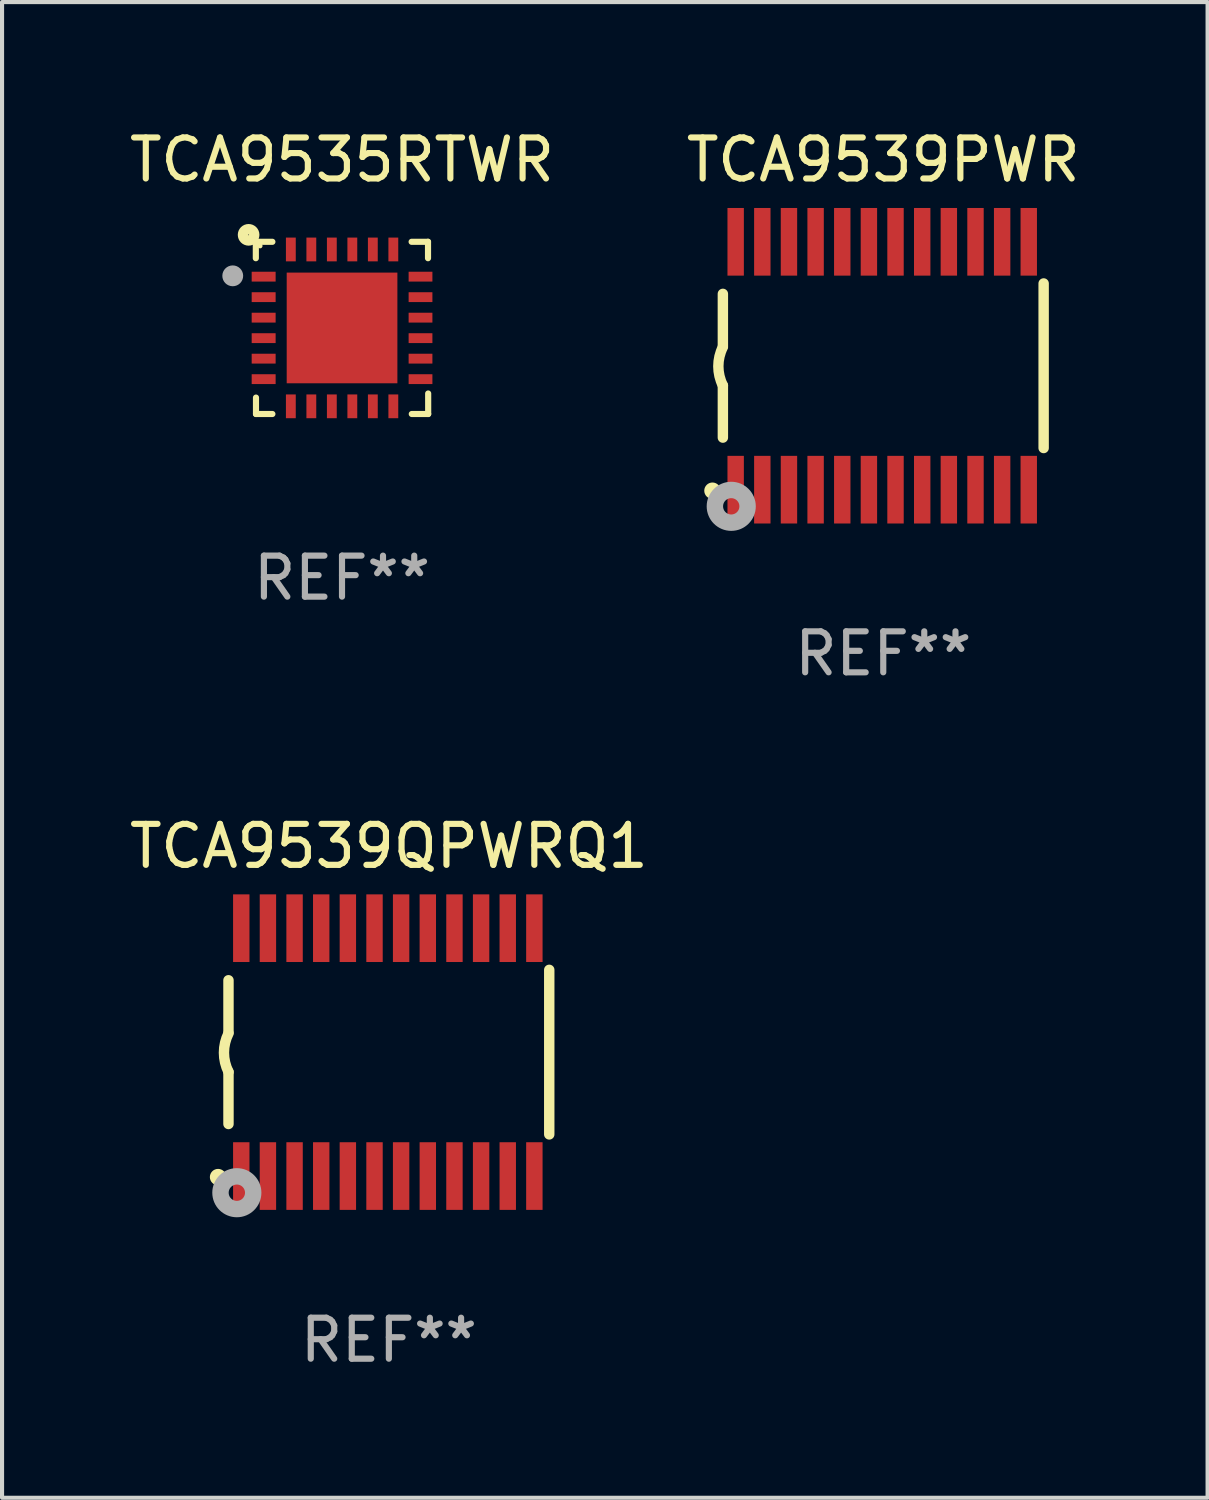
<source format=kicad_pcb>
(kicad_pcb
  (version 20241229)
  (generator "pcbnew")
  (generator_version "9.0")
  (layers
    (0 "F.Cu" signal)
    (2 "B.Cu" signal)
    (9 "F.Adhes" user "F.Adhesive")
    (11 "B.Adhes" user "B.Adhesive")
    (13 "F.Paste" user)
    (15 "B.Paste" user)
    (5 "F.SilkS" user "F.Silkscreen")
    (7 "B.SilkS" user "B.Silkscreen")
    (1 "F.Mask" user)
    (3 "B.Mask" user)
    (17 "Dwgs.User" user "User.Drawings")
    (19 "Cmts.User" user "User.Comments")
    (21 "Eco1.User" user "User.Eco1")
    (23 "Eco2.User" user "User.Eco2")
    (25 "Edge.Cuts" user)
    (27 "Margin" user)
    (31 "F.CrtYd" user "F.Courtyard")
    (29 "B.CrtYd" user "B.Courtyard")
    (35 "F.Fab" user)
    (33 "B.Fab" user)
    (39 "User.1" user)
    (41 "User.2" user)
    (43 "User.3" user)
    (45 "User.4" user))
  (footprint "TCA9539QPWRQ1"
    (layer "F.Cu")
    (at 6.435 22.613)
    (property "Reference" "TCA9539QPWRQ1" (at 0 -5.023 0) (layer "F.SilkS") (effects (font (size 1 1) (thickness 0.15))))
    (attr through_hole)
    (fp_line (start -3.912 -0.483) (end -3.912 -1.753) (stroke (width 0.254) (type solid)) (layer "F.SilkS"))
    (fp_line (start -3.912 1.753) (end -3.912 0.483) (stroke (width 0.254) (type solid)) (layer "F.SilkS"))
    (fp_line (start 3.912 -2.007) (end 3.912 2.007) (stroke (width 0.254) (type solid)) (layer "F.SilkS"))
    (fp_arc (start -3.911608 0.482601) (mid -4.022537 0.0127) (end -3.911608 -0.457201) (stroke (width 0.254001) (type solid)) (layer "F.SilkS"))
    (fp_circle (center -4.166 3.048) (end -4.066 3.048) (stroke (width 0.2) (type solid)) (fill no) (layer "F.SilkS"))
    (fp_circle (center -3.925 3.186) (end -3.895 3.186) (stroke (width 0.06) (type solid)) (fill no) (layer "F.SilkS"))
    (fp_circle (center -3.708 3.429) (end -3.509 3.429) (stroke (width 0.4) (type solid)) (fill no) (layer "F.Fab"))
    (fp_text user "REF**" (at 0 7.023 0) (layer "F.Fab") (effects (font (size 1 1) (thickness 0.15))))
    (pad "1" smd rect (at -3.6 3.023) (size 0.4 1.65) (layers "F.Cu" "F.Mask" "F.Paste"))
    (pad "2" smd rect (at -2.95 3.023) (size 0.4 1.65) (layers "F.Cu" "F.Mask" "F.Paste"))
    (pad "3" smd rect (at -2.3 3.023) (size 0.4 1.65) (layers "F.Cu" "F.Mask" "F.Paste"))
    (pad "4" smd rect (at -1.65 3.023) (size 0.4 1.65) (layers "F.Cu" "F.Mask" "F.Paste"))
    (pad "5" smd rect (at -1 3.023) (size 0.4 1.65) (layers "F.Cu" "F.Mask" "F.Paste"))
    (pad "6" smd rect (at -0.35 3.023) (size 0.4 1.65) (layers "F.Cu" "F.Mask" "F.Paste"))
    (pad "7" smd rect (at 0.299 3.023) (size 0.4 1.65) (layers "F.Cu" "F.Mask" "F.Paste"))
    (pad "8" smd rect (at 0.95 3.023) (size 0.4 1.65) (layers "F.Cu" "F.Mask" "F.Paste"))
    (pad "9" smd rect (at 1.6 3.023) (size 0.4 1.65) (layers "F.Cu" "F.Mask" "F.Paste"))
    (pad "10" smd rect (at 2.25 3.023) (size 0.4 1.65) (layers "F.Cu" "F.Mask" "F.Paste"))
    (pad "11" smd rect (at 2.9 3.023) (size 0.4 1.65) (layers "F.Cu" "F.Mask" "F.Paste"))
    (pad "12" smd rect (at 3.549 3.023) (size 0.4 1.65) (layers "F.Cu" "F.Mask" "F.Paste"))
    (pad "13" smd rect (at 3.549 -3.023) (size 0.4 1.65) (layers "F.Cu" "F.Mask" "F.Paste"))
    (pad "14" smd rect (at 2.9 -3.023) (size 0.4 1.65) (layers "F.Cu" "F.Mask" "F.Paste"))
    (pad "15" smd rect (at 2.25 -3.023) (size 0.4 1.65) (layers "F.Cu" "F.Mask" "F.Paste"))
    (pad "16" smd rect (at 1.6 -3.023) (size 0.4 1.65) (layers "F.Cu" "F.Mask" "F.Paste"))
    (pad "17" smd rect (at 0.95 -3.023) (size 0.4 1.65) (layers "F.Cu" "F.Mask" "F.Paste"))
    (pad "18" smd rect (at 0.299 -3.023) (size 0.4 1.65) (layers "F.Cu" "F.Mask" "F.Paste"))
    (pad "19" smd rect (at -0.35 -3.023) (size 0.4 1.65) (layers "F.Cu" "F.Mask" "F.Paste"))
    (pad "20" smd rect (at -1 -3.023) (size 0.4 1.65) (layers "F.Cu" "F.Mask" "F.Paste"))
    (pad "21" smd rect (at -1.65 -3.023) (size 0.4 1.65) (layers "F.Cu" "F.Mask" "F.Paste"))
    (pad "22" smd rect (at -2.3 -3.023) (size 0.4 1.65) (layers "F.Cu" "F.Mask" "F.Paste"))
    (pad "23" smd rect (at -2.95 -3.023) (size 0.4 1.65) (layers "F.Cu" "F.Mask" "F.Paste"))
    (pad "24" smd rect (at -3.6 -3.023) (size 0.4 1.65) (layers "F.Cu" "F.Mask" "F.Paste")))
  (footprint "TCA9539PWR"
    (layer "F.Cu")
    (at 18.494 5.871)
    (property "Reference" "TCA9539PWR" (at 0 -5.023 0) (layer "F.SilkS") (effects (font (size 1 1) (thickness 0.15))))
    (attr through_hole)
    (fp_line (start -3.912 -0.483) (end -3.912 -1.753) (stroke (width 0.254) (type solid)) (layer "F.SilkS"))
    (fp_line (start -3.912 1.753) (end -3.912 0.483) (stroke (width 0.254) (type solid)) (layer "F.SilkS"))
    (fp_line (start 3.912 -2.007) (end 3.912 2.007) (stroke (width 0.254) (type solid)) (layer "F.SilkS"))
    (fp_arc (start -3.911608 0.482601) (mid -4.022537 0.0127) (end -3.911608 -0.457201) (stroke (width 0.254001) (type solid)) (layer "F.SilkS"))
    (fp_circle (center -4.166 3.048) (end -4.066 3.048) (stroke (width 0.2) (type solid)) (fill no) (layer "F.SilkS"))
    (fp_circle (center -3.925 3.186) (end -3.895 3.186) (stroke (width 0.06) (type solid)) (fill no) (layer "F.SilkS"))
    (fp_circle (center -3.708 3.429) (end -3.509 3.429) (stroke (width 0.4) (type solid)) (fill no) (layer "F.Fab"))
    (fp_text user "REF**" (at 0 7.023 0) (layer "F.Fab") (effects (font (size 1 1) (thickness 0.15))))
    (pad "1" smd rect (at -3.6 3.023) (size 0.4 1.65) (layers "F.Cu" "F.Mask" "F.Paste"))
    (pad "2" smd rect (at -2.95 3.023) (size 0.4 1.65) (layers "F.Cu" "F.Mask" "F.Paste"))
    (pad "3" smd rect (at -2.3 3.023) (size 0.4 1.65) (layers "F.Cu" "F.Mask" "F.Paste"))
    (pad "4" smd rect (at -1.65 3.023) (size 0.4 1.65) (layers "F.Cu" "F.Mask" "F.Paste"))
    (pad "5" smd rect (at -1 3.023) (size 0.4 1.65) (layers "F.Cu" "F.Mask" "F.Paste"))
    (pad "6" smd rect (at -0.35 3.023) (size 0.4 1.65) (layers "F.Cu" "F.Mask" "F.Paste"))
    (pad "7" smd rect (at 0.299 3.023) (size 0.4 1.65) (layers "F.Cu" "F.Mask" "F.Paste"))
    (pad "8" smd rect (at 0.95 3.023) (size 0.4 1.65) (layers "F.Cu" "F.Mask" "F.Paste"))
    (pad "9" smd rect (at 1.6 3.023) (size 0.4 1.65) (layers "F.Cu" "F.Mask" "F.Paste"))
    (pad "10" smd rect (at 2.25 3.023) (size 0.4 1.65) (layers "F.Cu" "F.Mask" "F.Paste"))
    (pad "11" smd rect (at 2.9 3.023) (size 0.4 1.65) (layers "F.Cu" "F.Mask" "F.Paste"))
    (pad "12" smd rect (at 3.549 3.023) (size 0.4 1.65) (layers "F.Cu" "F.Mask" "F.Paste"))
    (pad "13" smd rect (at 3.549 -3.023) (size 0.4 1.65) (layers "F.Cu" "F.Mask" "F.Paste"))
    (pad "14" smd rect (at 2.9 -3.023) (size 0.4 1.65) (layers "F.Cu" "F.Mask" "F.Paste"))
    (pad "15" smd rect (at 2.25 -3.023) (size 0.4 1.65) (layers "F.Cu" "F.Mask" "F.Paste"))
    (pad "16" smd rect (at 1.6 -3.023) (size 0.4 1.65) (layers "F.Cu" "F.Mask" "F.Paste"))
    (pad "17" smd rect (at 0.95 -3.023) (size 0.4 1.65) (layers "F.Cu" "F.Mask" "F.Paste"))
    (pad "18" smd rect (at 0.299 -3.023) (size 0.4 1.65) (layers "F.Cu" "F.Mask" "F.Paste"))
    (pad "19" smd rect (at -0.35 -3.023) (size 0.4 1.65) (layers "F.Cu" "F.Mask" "F.Paste"))
    (pad "20" smd rect (at -1 -3.023) (size 0.4 1.65) (layers "F.Cu" "F.Mask" "F.Paste"))
    (pad "21" smd rect (at -1.65 -3.023) (size 0.4 1.65) (layers "F.Cu" "F.Mask" "F.Paste"))
    (pad "22" smd rect (at -2.3 -3.023) (size 0.4 1.65) (layers "F.Cu" "F.Mask" "F.Paste"))
    (pad "23" smd rect (at -2.95 -3.023) (size 0.4 1.65) (layers "F.Cu" "F.Mask" "F.Paste"))
    (pad "24" smd rect (at -3.6 -3.023) (size 0.4 1.65) (layers "F.Cu" "F.Mask" "F.Paste")))
  (footprint "TCA9535RTWR"
    (layer "F.Cu")
    (at 5.292 4.948)
    (property "Reference" "TCA9535RTWR" (at 0 -4.1 0) (layer "F.SilkS") (effects (font (size 1 1) (thickness 0.15))))
    (attr through_hole)
    (fp_line (start -2.102 -2.1) (end -1.698 -2.1) (stroke (width 0.15) (type solid)) (layer "F.SilkS"))
    (fp_line (start -2.102 -1.7) (end -2.102 -2.1) (stroke (width 0.15) (type solid)) (layer "F.SilkS"))
    (fp_line (start -2.098 1.7) (end -2.098 2.1) (stroke (width 0.15) (type solid)) (layer "F.SilkS"))
    (fp_line (start -2.098 2.1) (end -1.698 2.1) (stroke (width 0.15) (type solid)) (layer "F.SilkS"))
    (fp_line (start 1.698 -2.1) (end 2.098 -2.1) (stroke (width 0.15) (type solid)) (layer "F.SilkS"))
    (fp_line (start 2.098 -2.1) (end 2.098 -1.7) (stroke (width 0.15) (type solid)) (layer "F.SilkS"))
    (fp_line (start 2.102 1.6) (end 2.102 2.1) (stroke (width 0.15) (type solid)) (layer "F.SilkS"))
    (fp_line (start 2.102 2.1) (end 1.702 2.1) (stroke (width 0.15) (type solid)) (layer "F.SilkS"))
    (fp_circle (center -2.278 -2.27) (end -2.268 -2.27) (stroke (width 0.254) (type solid)) (fill no) (layer "F.SilkS"))
    (fp_circle (center -1.998 -2) (end -1.968 -2) (stroke (width 0.06) (type solid)) (fill no) (layer "F.SilkS"))
    (fp_circle (center -2.665 -1.27) (end -2.538 -1.27) (stroke (width 0.254) (type solid)) (fill no) (layer "F.Fab"))
    (fp_text user "REF**" (at 0 6.1 0) (layer "F.Fab") (effects (font (size 1 1) (thickness 0.15))))
    (pad "1" smd rect (at -1.911 -1.25) (size 0.584 0.24) (layers "F.Cu" "F.Mask" "F.Paste"))
    (pad "2" smd rect (at -1.911 -0.75) (size 0.584 0.24) (layers "F.Cu" "F.Mask" "F.Paste"))
    (pad "3" smd rect (at -1.911 -0.25) (size 0.584 0.24) (layers "F.Cu" "F.Mask" "F.Paste"))
    (pad "4" smd rect (at -1.911 0.25) (size 0.584 0.24) (layers "F.Cu" "F.Mask" "F.Paste"))
    (pad "5" smd rect (at -1.911 0.75) (size 0.584 0.24) (layers "F.Cu" "F.Mask" "F.Paste"))
    (pad "6" smd rect (at -1.911 1.25) (size 0.584 0.24) (layers "F.Cu" "F.Mask" "F.Paste"))
    (pad "7" smd rect (at -1.248 1.913) (size 0.24 0.58) (layers "F.Cu" "F.Mask" "F.Paste"))
    (pad "8" smd rect (at -0.748 1.913) (size 0.24 0.58) (layers "F.Cu" "F.Mask" "F.Paste"))
    (pad "9" smd rect (at -0.248 1.913) (size 0.24 0.58) (layers "F.Cu" "F.Mask" "F.Paste"))
    (pad "10" smd rect (at 0.252 1.913) (size 0.24 0.58) (layers "F.Cu" "F.Mask" "F.Paste"))
    (pad "11" smd rect (at 0.752 1.913) (size 0.24 0.58) (layers "F.Cu" "F.Mask" "F.Paste"))
    (pad "12" smd rect (at 1.252 1.913) (size 0.24 0.58) (layers "F.Cu" "F.Mask" "F.Paste"))
    (pad "13" smd rect (at 1.915 1.25) (size 0.58 0.24) (layers "F.Cu" "F.Mask" "F.Paste"))
    (pad "14" smd rect (at 1.915 0.75) (size 0.58 0.24) (layers "F.Cu" "F.Mask" "F.Paste"))
    (pad "15" smd rect (at 1.915 0.25) (size 0.58 0.24) (layers "F.Cu" "F.Mask" "F.Paste"))
    (pad "16" smd rect (at 1.915 -0.25) (size 0.58 0.24) (layers "F.Cu" "F.Mask" "F.Paste"))
    (pad "17" smd rect (at 1.915 -0.75) (size 0.58 0.24) (layers "F.Cu" "F.Mask" "F.Paste"))
    (pad "18" smd rect (at 1.915 -1.25) (size 0.58 0.24) (layers "F.Cu" "F.Mask" "F.Paste"))
    (pad "19" smd rect (at 1.252 -1.913) (size 0.24 0.58) (layers "F.Cu" "F.Mask" "F.Paste"))
    (pad "20" smd rect (at 0.752 -1.913) (size 0.24 0.58) (layers "F.Cu" "F.Mask" "F.Paste"))
    (pad "21" smd rect (at 0.252 -1.913) (size 0.24 0.58) (layers "F.Cu" "F.Mask" "F.Paste"))
    (pad "22" smd rect (at -0.248 -1.913) (size 0.24 0.58) (layers "F.Cu" "F.Mask" "F.Paste"))
    (pad "23" smd rect (at -0.748 -1.913) (size 0.24 0.58) (layers "F.Cu" "F.Mask" "F.Paste"))
    (pad "24" smd rect (at -1.248 -1.913) (size 0.24 0.58) (layers "F.Cu" "F.Mask" "F.Paste"))
    (pad "25" smd rect (at 0.001 0.001) (size 2.7 2.7) (layers "F.Cu" "F.Mask" "F.Paste")))
  (gr_rect
    (start -3 -3)
    (end 26.405 33.483)
    (stroke (width 0.1) (type default))
    (fill no)
    (layer "Edge.Cuts")))
</source>
